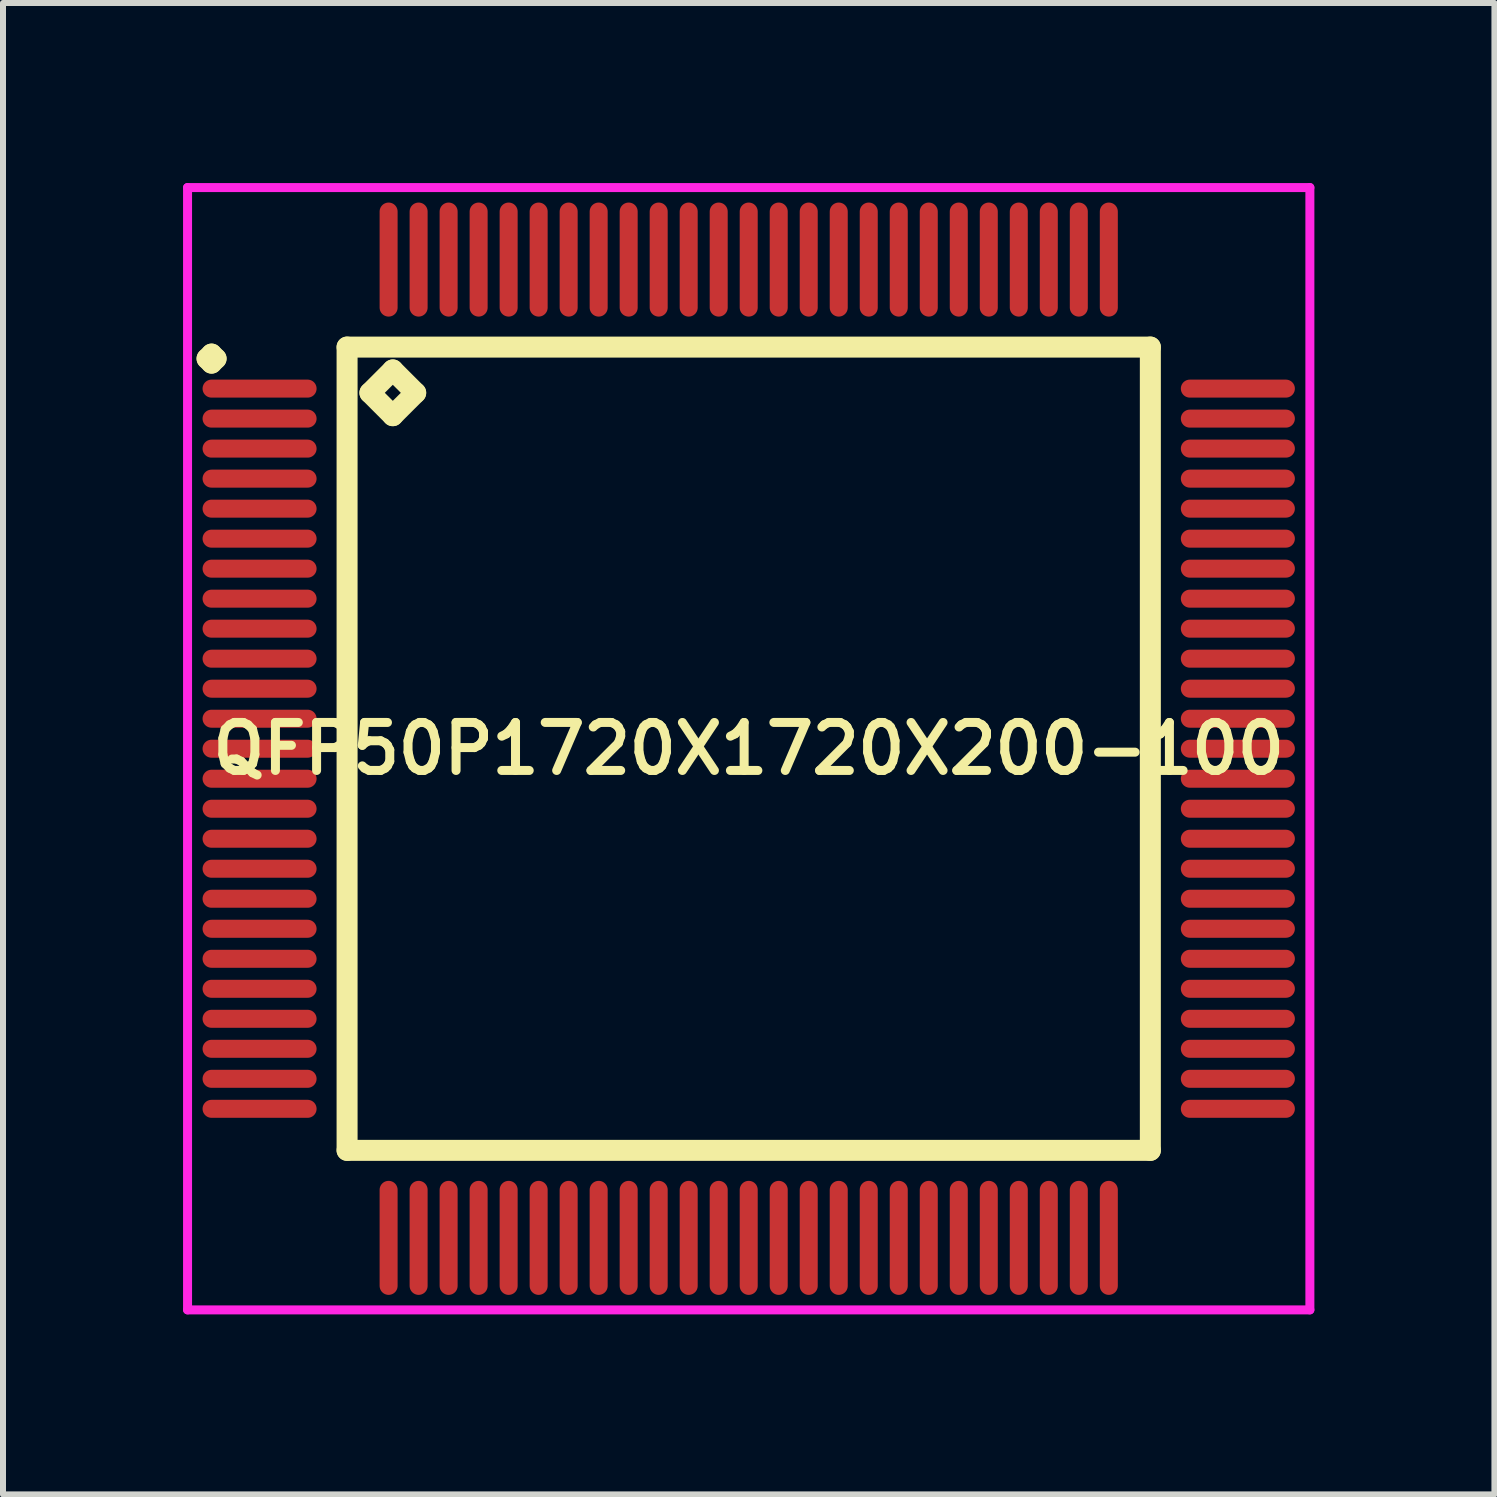
<source format=kicad_pcb>
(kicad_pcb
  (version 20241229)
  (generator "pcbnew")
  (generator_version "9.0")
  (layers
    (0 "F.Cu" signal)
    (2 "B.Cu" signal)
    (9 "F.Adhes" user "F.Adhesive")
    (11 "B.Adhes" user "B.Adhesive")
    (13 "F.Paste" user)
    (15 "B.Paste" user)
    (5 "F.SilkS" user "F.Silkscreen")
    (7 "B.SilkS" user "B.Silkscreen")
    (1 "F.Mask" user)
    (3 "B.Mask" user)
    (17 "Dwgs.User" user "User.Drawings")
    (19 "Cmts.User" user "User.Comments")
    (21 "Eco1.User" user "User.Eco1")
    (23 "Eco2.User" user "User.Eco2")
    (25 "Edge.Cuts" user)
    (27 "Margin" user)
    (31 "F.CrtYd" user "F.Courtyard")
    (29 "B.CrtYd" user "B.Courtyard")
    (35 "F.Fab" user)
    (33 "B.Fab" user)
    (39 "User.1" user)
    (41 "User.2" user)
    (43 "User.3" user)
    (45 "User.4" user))
  (footprint "QFP50P1720X1720X200-100"
    (layer "F.Cu")
    (at 9.425 9.425)
    (property "Reference" "QFP50P1720X1720X200-100" (at 0 0 0) (layer "F.SilkS") (effects (font (size 0.8 0.8) (thickness 0.15))))
    (attr through_hole)
    (fp_line (start -9.025 -6.5) (end -8.95 -6.575) (stroke (width 0.35) (type solid)) (layer "F.SilkS"))
    (fp_line (start -8.95 -6.575) (end -8.875 -6.5) (stroke (width 0.35) (type solid)) (layer "F.SilkS"))
    (fp_line (start -8.95 -6.425) (end -9.025 -6.5) (stroke (width 0.35) (type solid)) (layer "F.SilkS"))
    (fp_line (start -8.875 -6.5) (end -8.95 -6.425) (stroke (width 0.35) (type solid)) (layer "F.SilkS"))
    (fp_line (start -6.692 -6.692) (end -6.692 6.692) (stroke (width 0.35) (type solid)) (layer "F.SilkS"))
    (fp_line (start -6.692 6.692) (end 6.692 6.692) (stroke (width 0.35) (type solid)) (layer "F.SilkS"))
    (fp_line (start -6.311 -5.93) (end -5.93 -6.311) (stroke (width 0.35) (type solid)) (layer "F.SilkS"))
    (fp_line (start -5.93 -6.311) (end -5.549 -5.93) (stroke (width 0.35) (type solid)) (layer "F.SilkS"))
    (fp_line (start -5.93 -5.549) (end -6.311 -5.93) (stroke (width 0.35) (type solid)) (layer "F.SilkS"))
    (fp_line (start -5.549 -5.93) (end -5.93 -5.549) (stroke (width 0.35) (type solid)) (layer "F.SilkS"))
    (fp_line (start 6.692 -6.692) (end -6.692 -6.692) (stroke (width 0.35) (type solid)) (layer "F.SilkS"))
    (fp_line (start 6.692 6.692) (end 6.692 -6.692) (stroke (width 0.35) (type solid)) (layer "F.SilkS"))
    (fp_line (start -9.35 -9.35) (end 9.35 -9.35) (stroke (width 0.15) (type solid)) (layer "F.CrtYd"))
    (fp_line (start -9.35 9.35) (end -9.35 -9.35) (stroke (width 0.15) (type solid)) (layer "F.CrtYd"))
    (fp_line (start 9.35 -9.35) (end 9.35 9.35) (stroke (width 0.15) (type solid)) (layer "F.CrtYd"))
    (fp_line (start 9.35 9.35) (end -9.35 9.35) (stroke (width 0.15) (type solid)) (layer "F.CrtYd"))
    (pad "1" smd oval (at -8.15 -6) (size 1.9 0.3) (layers "F.Cu" "F.Mask" "F.Paste"))
    (pad "2" smd oval (at -8.15 -5.5) (size 1.9 0.3) (layers "F.Cu" "F.Mask" "F.Paste"))
    (pad "3" smd oval (at -8.15 -5) (size 1.9 0.3) (layers "F.Cu" "F.Mask" "F.Paste"))
    (pad "4" smd oval (at -8.15 -4.5) (size 1.9 0.3) (layers "F.Cu" "F.Mask" "F.Paste"))
    (pad "5" smd oval (at -8.15 -4) (size 1.9 0.3) (layers "F.Cu" "F.Mask" "F.Paste"))
    (pad "6" smd oval (at -8.15 -3.5) (size 1.9 0.3) (layers "F.Cu" "F.Mask" "F.Paste"))
    (pad "7" smd oval (at -8.15 -3) (size 1.9 0.3) (layers "F.Cu" "F.Mask" "F.Paste"))
    (pad "8" smd oval (at -8.15 -2.5) (size 1.9 0.3) (layers "F.Cu" "F.Mask" "F.Paste"))
    (pad "9" smd oval (at -8.15 -2) (size 1.9 0.3) (layers "F.Cu" "F.Mask" "F.Paste"))
    (pad "10" smd oval (at -8.15 -1.5) (size 1.9 0.3) (layers "F.Cu" "F.Mask" "F.Paste"))
    (pad "11" smd oval (at -8.15 -1) (size 1.9 0.3) (layers "F.Cu" "F.Mask" "F.Paste"))
    (pad "12" smd oval (at -8.15 -0.5) (size 1.9 0.3) (layers "F.Cu" "F.Mask" "F.Paste"))
    (pad "13" smd oval (at -8.15 0) (size 1.9 0.3) (layers "F.Cu" "F.Mask" "F.Paste"))
    (pad "14" smd oval (at -8.15 0.5) (size 1.9 0.3) (layers "F.Cu" "F.Mask" "F.Paste"))
    (pad "15" smd oval (at -8.15 1) (size 1.9 0.3) (layers "F.Cu" "F.Mask" "F.Paste"))
    (pad "16" smd oval (at -8.15 1.5) (size 1.9 0.3) (layers "F.Cu" "F.Mask" "F.Paste"))
    (pad "17" smd oval (at -8.15 2) (size 1.9 0.3) (layers "F.Cu" "F.Mask" "F.Paste"))
    (pad "18" smd oval (at -8.15 2.5) (size 1.9 0.3) (layers "F.Cu" "F.Mask" "F.Paste"))
    (pad "19" smd oval (at -8.15 3) (size 1.9 0.3) (layers "F.Cu" "F.Mask" "F.Paste"))
    (pad "20" smd oval (at -8.15 3.5) (size 1.9 0.3) (layers "F.Cu" "F.Mask" "F.Paste"))
    (pad "21" smd oval (at -8.15 4) (size 1.9 0.3) (layers "F.Cu" "F.Mask" "F.Paste"))
    (pad "22" smd oval (at -8.15 4.5) (size 1.9 0.3) (layers "F.Cu" "F.Mask" "F.Paste"))
    (pad "23" smd oval (at -8.15 5) (size 1.9 0.3) (layers "F.Cu" "F.Mask" "F.Paste"))
    (pad "24" smd oval (at -8.15 5.5) (size 1.9 0.3) (layers "F.Cu" "F.Mask" "F.Paste"))
    (pad "25" smd oval (at -8.15 6) (size 1.9 0.3) (layers "F.Cu" "F.Mask" "F.Paste"))
    (pad "26" smd oval (at -6 8.15) (size 0.3 1.9) (layers "F.Cu" "F.Mask" "F.Paste"))
    (pad "27" smd oval (at -5.5 8.15) (size 0.3 1.9) (layers "F.Cu" "F.Mask" "F.Paste"))
    (pad "28" smd oval (at -5 8.15) (size 0.3 1.9) (layers "F.Cu" "F.Mask" "F.Paste"))
    (pad "29" smd oval (at -4.5 8.15) (size 0.3 1.9) (layers "F.Cu" "F.Mask" "F.Paste"))
    (pad "30" smd oval (at -4 8.15) (size 0.3 1.9) (layers "F.Cu" "F.Mask" "F.Paste"))
    (pad "31" smd oval (at -3.5 8.15) (size 0.3 1.9) (layers "F.Cu" "F.Mask" "F.Paste"))
    (pad "32" smd oval (at -3 8.15) (size 0.3 1.9) (layers "F.Cu" "F.Mask" "F.Paste"))
    (pad "33" smd oval (at -2.5 8.15) (size 0.3 1.9) (layers "F.Cu" "F.Mask" "F.Paste"))
    (pad "34" smd oval (at -2 8.15) (size 0.3 1.9) (layers "F.Cu" "F.Mask" "F.Paste"))
    (pad "35" smd oval (at -1.5 8.15) (size 0.3 1.9) (layers "F.Cu" "F.Mask" "F.Paste"))
    (pad "36" smd oval (at -1 8.15) (size 0.3 1.9) (layers "F.Cu" "F.Mask" "F.Paste"))
    (pad "37" smd oval (at -0.5 8.15) (size 0.3 1.9) (layers "F.Cu" "F.Mask" "F.Paste"))
    (pad "38" smd oval (at 0 8.15) (size 0.3 1.9) (layers "F.Cu" "F.Mask" "F.Paste"))
    (pad "39" smd oval (at 0.5 8.15) (size 0.3 1.9) (layers "F.Cu" "F.Mask" "F.Paste"))
    (pad "40" smd oval (at 1 8.15) (size 0.3 1.9) (layers "F.Cu" "F.Mask" "F.Paste"))
    (pad "41" smd oval (at 1.5 8.15) (size 0.3 1.9) (layers "F.Cu" "F.Mask" "F.Paste"))
    (pad "42" smd oval (at 2 8.15) (size 0.3 1.9) (layers "F.Cu" "F.Mask" "F.Paste"))
    (pad "43" smd oval (at 2.5 8.15) (size 0.3 1.9) (layers "F.Cu" "F.Mask" "F.Paste"))
    (pad "44" smd oval (at 3 8.15) (size 0.3 1.9) (layers "F.Cu" "F.Mask" "F.Paste"))
    (pad "45" smd oval (at 3.5 8.15) (size 0.3 1.9) (layers "F.Cu" "F.Mask" "F.Paste"))
    (pad "46" smd oval (at 4 8.15) (size 0.3 1.9) (layers "F.Cu" "F.Mask" "F.Paste"))
    (pad "47" smd oval (at 4.5 8.15) (size 0.3 1.9) (layers "F.Cu" "F.Mask" "F.Paste"))
    (pad "48" smd oval (at 5 8.15) (size 0.3 1.9) (layers "F.Cu" "F.Mask" "F.Paste"))
    (pad "49" smd oval (at 5.5 8.15) (size 0.3 1.9) (layers "F.Cu" "F.Mask" "F.Paste"))
    (pad "50" smd oval (at 6 8.15) (size 0.3 1.9) (layers "F.Cu" "F.Mask" "F.Paste"))
    (pad "51" smd oval (at 8.15 6) (size 1.9 0.3) (layers "F.Cu" "F.Mask" "F.Paste"))
    (pad "52" smd oval (at 8.15 5.5) (size 1.9 0.3) (layers "F.Cu" "F.Mask" "F.Paste"))
    (pad "53" smd oval (at 8.15 5) (size 1.9 0.3) (layers "F.Cu" "F.Mask" "F.Paste"))
    (pad "54" smd oval (at 8.15 4.5) (size 1.9 0.3) (layers "F.Cu" "F.Mask" "F.Paste"))
    (pad "55" smd oval (at 8.15 4) (size 1.9 0.3) (layers "F.Cu" "F.Mask" "F.Paste"))
    (pad "56" smd oval (at 8.15 3.5) (size 1.9 0.3) (layers "F.Cu" "F.Mask" "F.Paste"))
    (pad "57" smd oval (at 8.15 3) (size 1.9 0.3) (layers "F.Cu" "F.Mask" "F.Paste"))
    (pad "58" smd oval (at 8.15 2.5) (size 1.9 0.3) (layers "F.Cu" "F.Mask" "F.Paste"))
    (pad "59" smd oval (at 8.15 2) (size 1.9 0.3) (layers "F.Cu" "F.Mask" "F.Paste"))
    (pad "60" smd oval (at 8.15 1.5) (size 1.9 0.3) (layers "F.Cu" "F.Mask" "F.Paste"))
    (pad "61" smd oval (at 8.15 1) (size 1.9 0.3) (layers "F.Cu" "F.Mask" "F.Paste"))
    (pad "62" smd oval (at 8.15 0.5) (size 1.9 0.3) (layers "F.Cu" "F.Mask" "F.Paste"))
    (pad "63" smd oval (at 8.15 0) (size 1.9 0.3) (layers "F.Cu" "F.Mask" "F.Paste"))
    (pad "64" smd oval (at 8.15 -0.5) (size 1.9 0.3) (layers "F.Cu" "F.Mask" "F.Paste"))
    (pad "65" smd oval (at 8.15 -1) (size 1.9 0.3) (layers "F.Cu" "F.Mask" "F.Paste"))
    (pad "66" smd oval (at 8.15 -1.5) (size 1.9 0.3) (layers "F.Cu" "F.Mask" "F.Paste"))
    (pad "67" smd oval (at 8.15 -2) (size 1.9 0.3) (layers "F.Cu" "F.Mask" "F.Paste"))
    (pad "68" smd oval (at 8.15 -2.5) (size 1.9 0.3) (layers "F.Cu" "F.Mask" "F.Paste"))
    (pad "69" smd oval (at 8.15 -3) (size 1.9 0.3) (layers "F.Cu" "F.Mask" "F.Paste"))
    (pad "70" smd oval (at 8.15 -3.5) (size 1.9 0.3) (layers "F.Cu" "F.Mask" "F.Paste"))
    (pad "71" smd oval (at 8.15 -4) (size 1.9 0.3) (layers "F.Cu" "F.Mask" "F.Paste"))
    (pad "72" smd oval (at 8.15 -4.5) (size 1.9 0.3) (layers "F.Cu" "F.Mask" "F.Paste"))
    (pad "73" smd oval (at 8.15 -5) (size 1.9 0.3) (layers "F.Cu" "F.Mask" "F.Paste"))
    (pad "74" smd oval (at 8.15 -5.5) (size 1.9 0.3) (layers "F.Cu" "F.Mask" "F.Paste"))
    (pad "75" smd oval (at 8.15 -6) (size 1.9 0.3) (layers "F.Cu" "F.Mask" "F.Paste"))
    (pad "76" smd oval (at 6 -8.15) (size 0.3 1.9) (layers "F.Cu" "F.Mask" "F.Paste"))
    (pad "77" smd oval (at 5.5 -8.15) (size 0.3 1.9) (layers "F.Cu" "F.Mask" "F.Paste"))
    (pad "78" smd oval (at 5 -8.15) (size 0.3 1.9) (layers "F.Cu" "F.Mask" "F.Paste"))
    (pad "79" smd oval (at 4.5 -8.15) (size 0.3 1.9) (layers "F.Cu" "F.Mask" "F.Paste"))
    (pad "80" smd oval (at 4 -8.15) (size 0.3 1.9) (layers "F.Cu" "F.Mask" "F.Paste"))
    (pad "81" smd oval (at 3.5 -8.15) (size 0.3 1.9) (layers "F.Cu" "F.Mask" "F.Paste"))
    (pad "82" smd oval (at 3 -8.15) (size 0.3 1.9) (layers "F.Cu" "F.Mask" "F.Paste"))
    (pad "83" smd oval (at 2.5 -8.15) (size 0.3 1.9) (layers "F.Cu" "F.Mask" "F.Paste"))
    (pad "84" smd oval (at 2 -8.15) (size 0.3 1.9) (layers "F.Cu" "F.Mask" "F.Paste"))
    (pad "85" smd oval (at 1.5 -8.15) (size 0.3 1.9) (layers "F.Cu" "F.Mask" "F.Paste"))
    (pad "86" smd oval (at 1 -8.15) (size 0.3 1.9) (layers "F.Cu" "F.Mask" "F.Paste"))
    (pad "87" smd oval (at 0.5 -8.15) (size 0.3 1.9) (layers "F.Cu" "F.Mask" "F.Paste"))
    (pad "88" smd oval (at 0 -8.15) (size 0.3 1.9) (layers "F.Cu" "F.Mask" "F.Paste"))
    (pad "89" smd oval (at -0.5 -8.15) (size 0.3 1.9) (layers "F.Cu" "F.Mask" "F.Paste"))
    (pad "90" smd oval (at -1 -8.15) (size 0.3 1.9) (layers "F.Cu" "F.Mask" "F.Paste"))
    (pad "91" smd oval (at -1.5 -8.15) (size 0.3 1.9) (layers "F.Cu" "F.Mask" "F.Paste"))
    (pad "92" smd oval (at -2 -8.15) (size 0.3 1.9) (layers "F.Cu" "F.Mask" "F.Paste"))
    (pad "93" smd oval (at -2.5 -8.15) (size 0.3 1.9) (layers "F.Cu" "F.Mask" "F.Paste"))
    (pad "94" smd oval (at -3 -8.15) (size 0.3 1.9) (layers "F.Cu" "F.Mask" "F.Paste"))
    (pad "95" smd oval (at -3.5 -8.15) (size 0.3 1.9) (layers "F.Cu" "F.Mask" "F.Paste"))
    (pad "96" smd oval (at -4 -8.15) (size 0.3 1.9) (layers "F.Cu" "F.Mask" "F.Paste"))
    (pad "97" smd oval (at -4.5 -8.15) (size 0.3 1.9) (layers "F.Cu" "F.Mask" "F.Paste"))
    (pad "98" smd oval (at -5 -8.15) (size 0.3 1.9) (layers "F.Cu" "F.Mask" "F.Paste"))
    (pad "99" smd oval (at -5.5 -8.15) (size 0.3 1.9) (layers "F.Cu" "F.Mask" "F.Paste"))
    (pad "100" smd oval (at -6 -8.15) (size 0.3 1.9) (layers "F.Cu" "F.Mask" "F.Paste")))
  (gr_rect
    (start -3 -3)
    (end 21.85 21.85)
    (stroke (width 0.1) (type default))
    (fill no)
    (layer "Edge.Cuts")))
</source>
